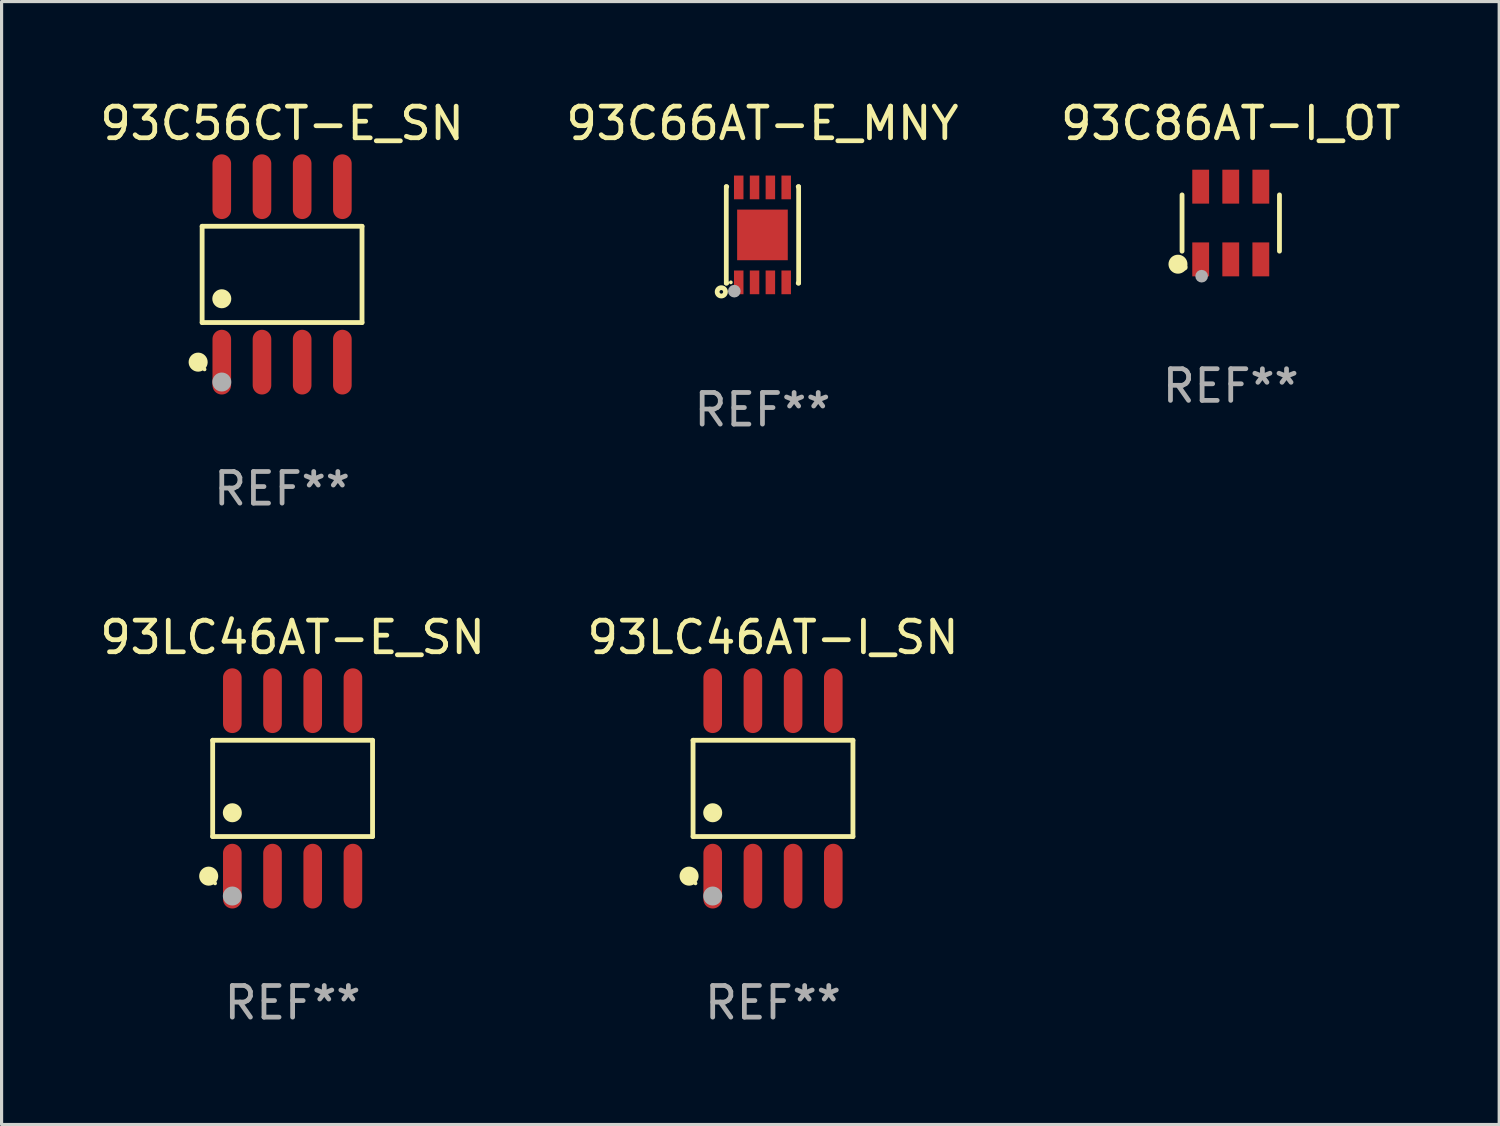
<source format=kicad_pcb>
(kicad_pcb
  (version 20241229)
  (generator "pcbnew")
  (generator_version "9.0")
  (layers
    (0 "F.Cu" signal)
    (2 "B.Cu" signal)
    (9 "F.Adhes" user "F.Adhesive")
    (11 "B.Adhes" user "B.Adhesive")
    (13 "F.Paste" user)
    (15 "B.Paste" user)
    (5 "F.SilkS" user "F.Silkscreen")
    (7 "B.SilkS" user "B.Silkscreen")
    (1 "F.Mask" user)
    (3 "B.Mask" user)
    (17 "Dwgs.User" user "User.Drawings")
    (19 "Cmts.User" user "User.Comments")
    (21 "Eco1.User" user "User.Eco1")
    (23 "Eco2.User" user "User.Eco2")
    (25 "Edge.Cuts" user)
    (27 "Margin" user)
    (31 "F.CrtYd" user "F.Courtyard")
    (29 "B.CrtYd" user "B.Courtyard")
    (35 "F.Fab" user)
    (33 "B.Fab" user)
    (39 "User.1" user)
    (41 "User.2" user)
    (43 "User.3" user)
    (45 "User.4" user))
  (footprint "93LC46AT-I_SN"
    (layer "F.Cu")
    (at 21.375 21.862)
    (property "Reference" "93LC46AT-I_SN" (at 0 -4.772 0) (layer "F.SilkS") (effects (font (size 1 1) (thickness 0.15))))
    (attr through_hole)
    (fp_line (start -2.526 -1.521) (end 2.526 -1.521) (stroke (width 0.152) (type solid)) (layer "F.SilkS"))
    (fp_line (start -2.526 1.521) (end -2.526 -1.521) (stroke (width 0.152) (type solid)) (layer "F.SilkS"))
    (fp_line (start 2.526 -1.521) (end 2.526 1.521) (stroke (width 0.152) (type solid)) (layer "F.SilkS"))
    (fp_line (start 2.526 1.521) (end -2.526 1.521) (stroke (width 0.152) (type solid)) (layer "F.SilkS"))
    (fp_circle (center -2.652 2.772) (end -2.501 2.772) (stroke (width 0.3) (type solid)) (fill no) (layer "F.SilkS"))
    (fp_circle (center -2.45 3) (end -2.42 3) (stroke (width 0.06) (type solid)) (fill no) (layer "F.SilkS"))
    (fp_circle (center -1.905 0.769) (end -1.755 0.769) (stroke (width 0.3) (type solid)) (fill no) (layer "F.SilkS"))
    (fp_circle (center -1.905 3.4) (end -1.755 3.4) (stroke (width 0.3) (type solid)) (fill no) (layer "F.Fab"))
    (fp_text user "REF**" (at 0 6.772 0) (layer "F.Fab") (effects (font (size 1 1) (thickness 0.15))))
    (pad "1" smd oval (at -1.905 2.772) (size 0.588 2.045) (layers "F.Cu" "F.Mask" "F.Paste"))
    (pad "2" smd oval (at -0.635 2.772) (size 0.588 2.045) (layers "F.Cu" "F.Mask" "F.Paste"))
    (pad "3" smd oval (at 0.635 2.772) (size 0.588 2.045) (layers "F.Cu" "F.Mask" "F.Paste"))
    (pad "4" smd oval (at 1.905 2.772) (size 0.588 2.045) (layers "F.Cu" "F.Mask" "F.Paste"))
    (pad "5" smd oval (at 1.905 -2.772) (size 0.588 2.045) (layers "F.Cu" "F.Mask" "F.Paste"))
    (pad "6" smd oval (at 0.635 -2.772) (size 0.588 2.045) (layers "F.Cu" "F.Mask" "F.Paste"))
    (pad "7" smd oval (at -0.635 -2.772) (size 0.588 2.045) (layers "F.Cu" "F.Mask" "F.Paste"))
    (pad "8" smd oval (at -1.905 -2.772) (size 0.588 2.045) (layers "F.Cu" "F.Mask" "F.Paste")))
  (footprint "93LC46AT-E_SN"
    (layer "F.Cu")
    (at 6.196 21.862)
    (property "Reference" "93LC46AT-E_SN" (at 0 -4.772 0) (layer "F.SilkS") (effects (font (size 1 1) (thickness 0.15))))
    (attr through_hole)
    (fp_line (start -2.526 -1.521) (end 2.526 -1.521) (stroke (width 0.152) (type solid)) (layer "F.SilkS"))
    (fp_line (start -2.526 1.521) (end -2.526 -1.521) (stroke (width 0.152) (type solid)) (layer "F.SilkS"))
    (fp_line (start 2.526 -1.521) (end 2.526 1.521) (stroke (width 0.152) (type solid)) (layer "F.SilkS"))
    (fp_line (start 2.526 1.521) (end -2.526 1.521) (stroke (width 0.152) (type solid)) (layer "F.SilkS"))
    (fp_circle (center -2.652 2.772) (end -2.501 2.772) (stroke (width 0.3) (type solid)) (fill no) (layer "F.SilkS"))
    (fp_circle (center -2.45 3) (end -2.42 3) (stroke (width 0.06) (type solid)) (fill no) (layer "F.SilkS"))
    (fp_circle (center -1.905 0.769) (end -1.755 0.769) (stroke (width 0.3) (type solid)) (fill no) (layer "F.SilkS"))
    (fp_circle (center -1.905 3.4) (end -1.755 3.4) (stroke (width 0.3) (type solid)) (fill no) (layer "F.Fab"))
    (fp_text user "REF**" (at 0 6.772 0) (layer "F.Fab") (effects (font (size 1 1) (thickness 0.15))))
    (pad "1" smd oval (at -1.905 2.772) (size 0.588 2.045) (layers "F.Cu" "F.Mask" "F.Paste"))
    (pad "2" smd oval (at -0.635 2.772) (size 0.588 2.045) (layers "F.Cu" "F.Mask" "F.Paste"))
    (pad "3" smd oval (at 0.635 2.772) (size 0.588 2.045) (layers "F.Cu" "F.Mask" "F.Paste"))
    (pad "4" smd oval (at 1.905 2.772) (size 0.588 2.045) (layers "F.Cu" "F.Mask" "F.Paste"))
    (pad "5" smd oval (at 1.905 -2.772) (size 0.588 2.045) (layers "F.Cu" "F.Mask" "F.Paste"))
    (pad "6" smd oval (at 0.635 -2.772) (size 0.588 2.045) (layers "F.Cu" "F.Mask" "F.Paste"))
    (pad "7" smd oval (at -0.635 -2.772) (size 0.588 2.045) (layers "F.Cu" "F.Mask" "F.Paste"))
    (pad "8" smd oval (at -1.905 -2.772) (size 0.588 2.045) (layers "F.Cu" "F.Mask" "F.Paste")))
  (footprint "93C56CT-E_SN"
    (layer "F.Cu")
    (at 5.863 5.621)
    (property "Reference" "93C56CT-E_SN" (at 0 -4.772 0) (layer "F.SilkS") (effects (font (size 1 1) (thickness 0.15))))
    (attr through_hole)
    (fp_line (start -2.526 -1.521) (end 2.526 -1.521) (stroke (width 0.152) (type solid)) (layer "F.SilkS"))
    (fp_line (start -2.526 1.521) (end -2.526 -1.521) (stroke (width 0.152) (type solid)) (layer "F.SilkS"))
    (fp_line (start 2.526 -1.521) (end 2.526 1.521) (stroke (width 0.152) (type solid)) (layer "F.SilkS"))
    (fp_line (start 2.526 1.521) (end -2.526 1.521) (stroke (width 0.152) (type solid)) (layer "F.SilkS"))
    (fp_circle (center -2.652 2.772) (end -2.501 2.772) (stroke (width 0.3) (type solid)) (fill no) (layer "F.SilkS"))
    (fp_circle (center -2.45 3) (end -2.42 3) (stroke (width 0.06) (type solid)) (fill no) (layer "F.SilkS"))
    (fp_circle (center -1.905 0.769) (end -1.755 0.769) (stroke (width 0.3) (type solid)) (fill no) (layer "F.SilkS"))
    (fp_circle (center -1.905 3.4) (end -1.755 3.4) (stroke (width 0.3) (type solid)) (fill no) (layer "F.Fab"))
    (fp_text user "REF**" (at 0 6.772 0) (layer "F.Fab") (effects (font (size 1 1) (thickness 0.15))))
    (pad "1" smd oval (at -1.905 2.772) (size 0.588 2.045) (layers "F.Cu" "F.Mask" "F.Paste"))
    (pad "2" smd oval (at -0.635 2.772) (size 0.588 2.045) (layers "F.Cu" "F.Mask" "F.Paste"))
    (pad "3" smd oval (at 0.635 2.772) (size 0.588 2.045) (layers "F.Cu" "F.Mask" "F.Paste"))
    (pad "4" smd oval (at 1.905 2.772) (size 0.588 2.045) (layers "F.Cu" "F.Mask" "F.Paste"))
    (pad "5" smd oval (at 1.905 -2.772) (size 0.588 2.045) (layers "F.Cu" "F.Mask" "F.Paste"))
    (pad "6" smd oval (at 0.635 -2.772) (size 0.588 2.045) (layers "F.Cu" "F.Mask" "F.Paste"))
    (pad "7" smd oval (at -0.635 -2.772) (size 0.588 2.045) (layers "F.Cu" "F.Mask" "F.Paste"))
    (pad "8" smd oval (at -1.905 -2.772) (size 0.588 2.045) (layers "F.Cu" "F.Mask" "F.Paste")))
  (footprint "93C86AT-I_OT"
    (layer "F.Cu")
    (at 35.839 3.997)
    (property "Reference" "93C86AT-I_OT" (at 0 -3.149 0) (layer "F.SilkS") (effects (font (size 1 1) (thickness 0.15))))
    (attr through_hole)
    (fp_line (start -1.539 0.889) (end -1.539 -0.889) (stroke (width 0.152) (type solid)) (layer "F.SilkS"))
    (fp_line (start 1.539 0.889) (end 1.539 -0.889) (stroke (width 0.152) (type solid)) (layer "F.SilkS"))
    (fp_circle (center -1.668 1.301) (end -1.518 1.301) (stroke (width 0.3) (type solid)) (fill no) (layer "F.SilkS"))
    (fp_circle (center -1.463 1.4) (end -1.413 1.4) (stroke (width 0.1) (type solid)) (fill no) (layer "F.SilkS"))
    (fp_circle (center -0.92 1.68) (end -0.82 1.68) (stroke (width 0.2) (type solid)) (fill no) (layer "F.Fab"))
    (fp_text user "REF**" (at 0 5.149 0) (layer "F.Fab") (effects (font (size 1 1) (thickness 0.15))))
    (pad "1" smd rect (at -0.95 1.149) (size 0.532 1.072) (layers "F.Cu" "F.Mask" "F.Paste"))
    (pad "2" smd rect (at 0 1.149) (size 0.532 1.072) (layers "F.Cu" "F.Mask" "F.Paste"))
    (pad "3" smd rect (at 0.95 1.149) (size 0.532 1.072) (layers "F.Cu" "F.Mask" "F.Paste"))
    (pad "4" smd rect (at 0.95 -1.149) (size 0.532 1.072) (layers "F.Cu" "F.Mask" "F.Paste"))
    (pad "5" smd rect (at 0 -1.149) (size 0.532 1.072) (layers "F.Cu" "F.Mask" "F.Paste"))
    (pad "6" smd rect (at -0.95 -1.149) (size 0.532 1.072) (layers "F.Cu" "F.Mask" "F.Paste")))
  (footprint "93C66AT-E_MNY"
    (layer "F.Cu")
    (at 21.042 4.372)
    (property "Reference" "93C66AT-E_MNY" (at 0 -3.524 0) (layer "F.SilkS") (effects (font (size 1 1) (thickness 0.15))))
    (attr through_hole)
    (fp_line (start -1.143 -1.524) (end -1.143 1.524) (stroke (width 0.15) (type solid)) (layer "F.SilkS"))
    (fp_line (start -1.143 1.524) (end -1.129 1.524) (stroke (width 0.15) (type solid)) (layer "F.SilkS"))
    (fp_line (start -1.129 -1.524) (end -1.143 -1.524) (stroke (width 0.15) (type solid)) (layer "F.SilkS"))
    (fp_line (start 1.129 1.524) (end 1.143 1.524) (stroke (width 0.15) (type solid)) (layer "F.SilkS"))
    (fp_line (start 1.143 -1.524) (end 1.129 -1.524) (stroke (width 0.15) (type solid)) (layer "F.SilkS"))
    (fp_line (start 1.143 1.524) (end 1.143 -1.524) (stroke (width 0.15) (type solid)) (layer "F.SilkS"))
    (fp_circle (center -1.3 1.8) (end -1.243 1.8) (stroke (width 0.15) (type solid)) (fill no) (layer "F.SilkS"))
    (fp_circle (center -1 1.5) (end -0.97 1.5) (stroke (width 0.06) (type solid)) (fill no) (layer "F.SilkS"))
    (fp_circle (center -0.889 1.778) (end -0.789 1.778) (stroke (width 0.2) (type solid)) (fill no) (layer "F.Fab"))
    (fp_text user "REF**" (at 0 5.524 0) (layer "F.Fab") (effects (font (size 1 1) (thickness 0.15))))
    (pad "1" smd rect (at -0.75 1.5 90) (size 0.75 0.3) (layers "F.Cu" "F.Mask" "F.Paste"))
    (pad "2" smd rect (at -0.25 1.5 90) (size 0.75 0.3) (layers "F.Cu" "F.Mask" "F.Paste"))
    (pad "3" smd rect (at 0.25 1.5 90) (size 0.75 0.3) (layers "F.Cu" "F.Mask" "F.Paste"))
    (pad "4" smd rect (at 0.75 1.5 90) (size 0.75 0.3) (layers "F.Cu" "F.Mask" "F.Paste"))
    (pad "5" smd rect (at 0.75 -1.5 90) (size 0.75 0.3) (layers "F.Cu" "F.Mask" "F.Paste"))
    (pad "6" smd rect (at 0.25 -1.5 90) (size 0.75 0.3) (layers "F.Cu" "F.Mask" "F.Paste"))
    (pad "7" smd rect (at -0.25 -1.5 90) (size 0.75 0.3) (layers "F.Cu" "F.Mask" "F.Paste"))
    (pad "8" smd rect (at -0.75 -1.5 90) (size 0.75 0.3) (layers "F.Cu" "F.Mask" "F.Paste"))
    (pad "9" smd rect (at -0.000203 0.000457 90) (size 1.6 1.6) (layers "F.Cu" "F.Mask" "F.Paste")))
  (gr_rect
    (start -3 -3)
    (end 44.321 32.483)
    (stroke (width 0.1) (type default))
    (fill no)
    (layer "Edge.Cuts")))
</source>
